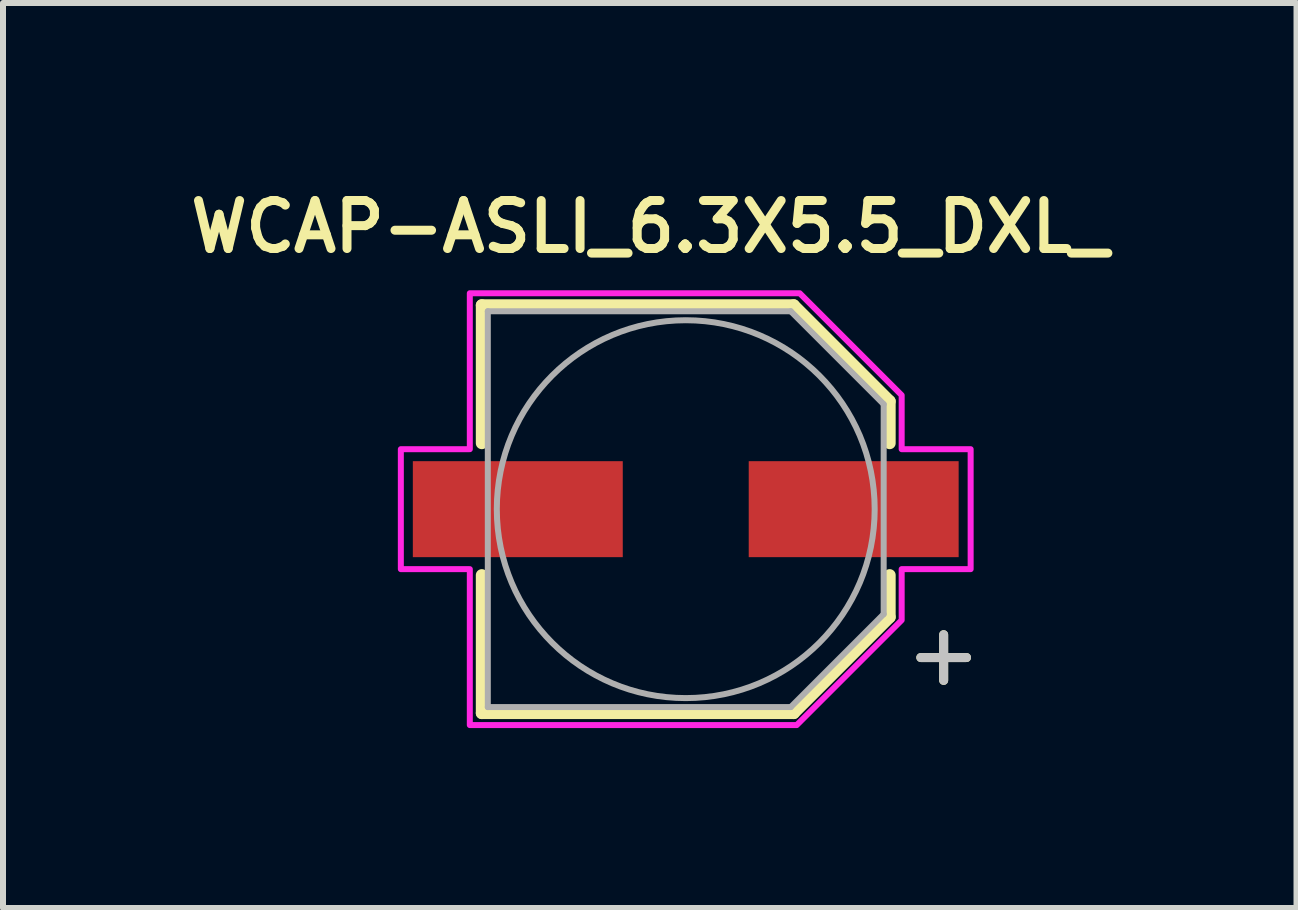
<source format=kicad_pcb>
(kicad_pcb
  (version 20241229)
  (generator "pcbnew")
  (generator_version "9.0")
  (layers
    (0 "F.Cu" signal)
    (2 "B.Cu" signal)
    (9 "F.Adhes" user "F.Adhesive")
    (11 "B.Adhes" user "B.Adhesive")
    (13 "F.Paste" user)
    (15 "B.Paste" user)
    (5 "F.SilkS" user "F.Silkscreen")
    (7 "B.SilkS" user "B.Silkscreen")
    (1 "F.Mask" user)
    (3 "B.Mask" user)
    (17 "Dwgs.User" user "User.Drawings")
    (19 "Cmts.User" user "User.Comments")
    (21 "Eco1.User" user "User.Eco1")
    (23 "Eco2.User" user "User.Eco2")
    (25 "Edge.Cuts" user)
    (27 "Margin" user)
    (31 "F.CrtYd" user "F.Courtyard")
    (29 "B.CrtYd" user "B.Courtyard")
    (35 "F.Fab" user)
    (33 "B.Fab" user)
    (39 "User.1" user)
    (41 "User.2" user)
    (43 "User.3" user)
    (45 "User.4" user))
  (footprint "WCAP-ASLI_6.3X5.5_DXL_"
    (layer "F.Cu")
    (at 8.383 5.439)
    (property "Reference" "WCAP-ASLI_6.3X5.5_DXL_" (at -0.6 -4.708 0) (layer "F.SilkS") (effects (font (size 0.8 0.8) (thickness 0.15))))
    (attr smd)
    (fp_line (start -3.4 -3.4) (end -3.4 -1.1) (stroke (width 0.2) (type solid)) (layer "F.SilkS"))
    (fp_line (start -3.4 -3.4) (end 1.8 -3.4) (stroke (width 0.2) (type solid)) (layer "F.SilkS"))
    (fp_line (start -3.4 3.4) (end -3.4 1.1) (stroke (width 0.2) (type solid)) (layer "F.SilkS"))
    (fp_line (start -3.4 3.4) (end 1.8 3.4) (stroke (width 0.2) (type solid)) (layer "F.SilkS"))
    (fp_line (start 1.8 -3.4) (end 3.4 -1.8) (stroke (width 0.2) (type solid)) (layer "F.SilkS"))
    (fp_line (start 1.8 3.4) (end 3.4 1.8) (stroke (width 0.2) (type solid)) (layer "F.SilkS"))
    (fp_line (start 3.4 -1.8) (end 3.4 -1.1) (stroke (width 0.2) (type solid)) (layer "F.SilkS"))
    (fp_line (start 3.4 1.8) (end 3.4 1.1) (stroke (width 0.2) (type solid)) (layer "F.SilkS"))
    (fp_poly (pts (xy 1.9 -3.6) (xy -3.6 -3.6) (xy -3.6 -1) (xy -4.75 -1) (xy -4.75 1) (xy -3.6 1) (xy -3.6 3.6) (xy 1.85 3.6) (xy 3.6 1.85) (xy 3.6 1) (xy 4.75 1) (xy 4.75 -1) (xy 3.6 -1) (xy 3.6 -1.9)) (stroke (width 0.1) (type solid)) (fill no) (layer "F.CrtYd"))
    (fp_line (start -3.3 -3.3) (end -3.3 3.3) (stroke (width 0.1) (type solid)) (layer "F.Fab"))
    (fp_line (start -3.3 3.3) (end 1.75 3.3) (stroke (width 0.1) (type solid)) (layer "F.Fab"))
    (fp_line (start 1.75 -3.3) (end -3.3 -3.3) (stroke (width 0.1) (type solid)) (layer "F.Fab"))
    (fp_line (start 1.75 3.3) (end 3.3 1.75) (stroke (width 0.1) (type solid)) (layer "F.Fab"))
    (fp_line (start 3.3 -1.75) (end 1.75 -3.3) (stroke (width 0.1) (type solid)) (layer "F.Fab"))
    (fp_line (start 3.3 1.75) (end 3.3 -1.75) (stroke (width 0.1) (type solid)) (layer "F.Fab"))
    (fp_circle (center 0 0) (end 3.15 0) (stroke (width 0.1) (type solid)) (fill no) (layer "F.Fab"))
    (fp_text user "+" (at 4.3 2.4 0) (layer "F.SilkS") (effects (font (size 1 1) (thickness 0.15))))
    (fp_text user "+" (at 4.3 2.4 0) (layer "Dwgs.User") (effects (font (size 1 1) (thickness 0.15))))
    (pad "1" smd rect (at 2.8 0) (size 3.5 1.6) (layers "F.Cu" "F.Mask" "F.Paste"))
    (pad "2" smd rect (at -2.8 0) (size 3.5 1.6) (layers "F.Cu" "F.Mask" "F.Paste")))
  (gr_rect
    (start -3 -3)
    (end 18.566 12.089)
    (stroke (width 0.1) (type default))
    (fill no)
    (layer "Edge.Cuts")))
</source>
